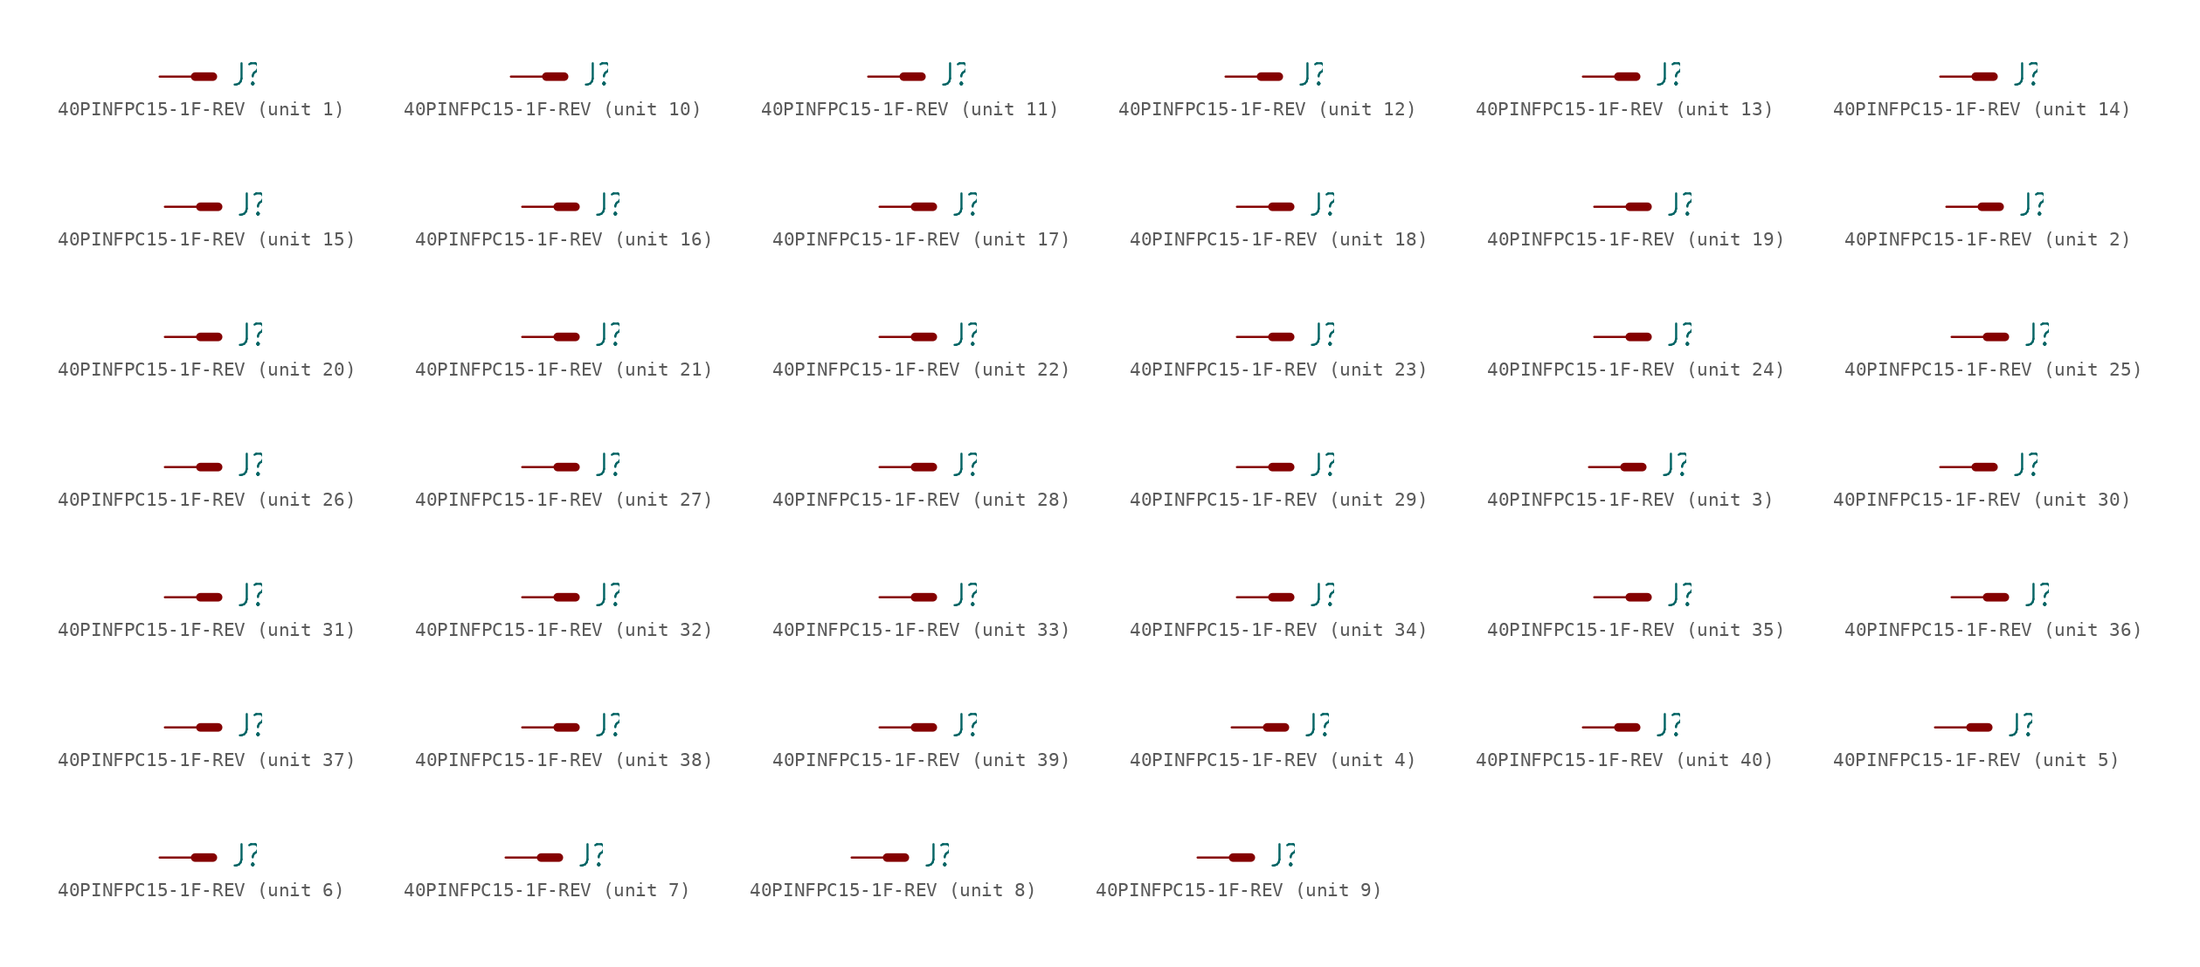
<source format=kicad_sym>
(kicad_symbol_lib
  (version 20220914)
  (generator kicad_symbol_editor)
  (symbol "40PINFPC15-1F-REV"
    (property "Reference" "J"
      (at 2.54 -0.762 0)
      (effects (font (size 1.524 1.295)) (justify left bottom)))
    (property "ki_locked" ""
      (at 0 0 0)
      (effects (font (size 1.27 1.27))))
    (symbol "40PINFPC15-1F-REV_1_0"
      (polyline (pts (xy 0 0) (xy 1.27 0)) (stroke (width 0.61) (type solid)) (fill (type none)))
      (pin passive line (at -2.54 0 0) (length 2.54) (name "MSV" (effects (font (size 0 0)))) (number "1" (effects (font (size 0 0))))))
    (symbol "40PINFPC15-1F-REV_2_0"
      (polyline (pts (xy 0 0) (xy 1.27 0)) (stroke (width 0.61) (type solid)) (fill (type none)))
      (pin passive line (at -2.54 0 0) (length 2.54) (name "MS" (effects (font (size 0 0)))) (number "2" (effects (font (size 0 0))))))
    (symbol "40PINFPC15-1F-REV_3_0"
      (polyline (pts (xy 0 0) (xy 1.27 0)) (stroke (width 0.61) (type solid)) (fill (type none)))
      (pin passive line (at -2.54 0 0) (length 2.54) (name "MS" (effects (font (size 0 0)))) (number "3" (effects (font (size 0 0))))))
    (symbol "40PINFPC15-1F-REV_4_0"
      (polyline (pts (xy 0 0) (xy 1.27 0)) (stroke (width 0.61) (type solid)) (fill (type none)))
      (pin passive line (at -2.54 0 0) (length 2.54) (name "MS" (effects (font (size 0 0)))) (number "4" (effects (font (size 0 0))))))
    (symbol "40PINFPC15-1F-REV_5_0"
      (polyline (pts (xy 0 0) (xy 1.27 0)) (stroke (width 0.61) (type solid)) (fill (type none)))
      (pin passive line (at -2.54 0 0) (length 2.54) (name "MS" (effects (font (size 0 0)))) (number "5" (effects (font (size 0 0))))))
    (symbol "40PINFPC15-1F-REV_6_0"
      (polyline (pts (xy 0 0) (xy 1.27 0)) (stroke (width 0.61) (type solid)) (fill (type none)))
      (pin passive line (at -2.54 0 0) (length 2.54) (name "MS" (effects (font (size 0 0)))) (number "6" (effects (font (size 0 0))))))
    (symbol "40PINFPC15-1F-REV_7_0"
      (polyline (pts (xy 0 0) (xy 1.27 0)) (stroke (width 0.61) (type solid)) (fill (type none)))
      (pin passive line (at -2.54 0 0) (length 2.54) (name "MS" (effects (font (size 0 0)))) (number "7" (effects (font (size 0 0))))))
    (symbol "40PINFPC15-1F-REV_8_0"
      (polyline (pts (xy 0 0) (xy 1.27 0)) (stroke (width 0.61) (type solid)) (fill (type none)))
      (pin passive line (at -2.54 0 0) (length 2.54) (name "MS" (effects (font (size 0 0)))) (number "8" (effects (font (size 0 0))))))
    (symbol "40PINFPC15-1F-REV_9_0"
      (polyline (pts (xy 0 0) (xy 1.27 0)) (stroke (width 0.61) (type solid)) (fill (type none)))
      (pin passive line (at -2.54 0 0) (length 2.54) (name "MS" (effects (font (size 0 0)))) (number "9" (effects (font (size 0 0))))))
    (symbol "40PINFPC15-1F-REV_10_0"
      (polyline (pts (xy 0 0) (xy 1.27 0)) (stroke (width 0.61) (type solid)) (fill (type none)))
      (pin passive line (at -2.54 0 0) (length 2.54) (name "MS" (effects (font (size 0 0)))) (number "10" (effects (font (size 0 0))))))
    (symbol "40PINFPC15-1F-REV_11_0"
      (polyline (pts (xy 0 0) (xy 1.27 0)) (stroke (width 0.61) (type solid)) (fill (type none)))
      (pin passive line (at -2.54 0 0) (length 2.54) (name "MS" (effects (font (size 0 0)))) (number "11" (effects (font (size 0 0))))))
    (symbol "40PINFPC15-1F-REV_12_0"
      (polyline (pts (xy 0 0) (xy 1.27 0)) (stroke (width 0.61) (type solid)) (fill (type none)))
      (pin passive line (at -2.54 0 0) (length 2.54) (name "MS" (effects (font (size 0 0)))) (number "12" (effects (font (size 0 0))))))
    (symbol "40PINFPC15-1F-REV_13_0"
      (polyline (pts (xy 0 0) (xy 1.27 0)) (stroke (width 0.61) (type solid)) (fill (type none)))
      (pin passive line (at -2.54 0 0) (length 2.54) (name "MS" (effects (font (size 0 0)))) (number "13" (effects (font (size 0 0))))))
    (symbol "40PINFPC15-1F-REV_14_0"
      (polyline (pts (xy 0 0) (xy 1.27 0)) (stroke (width 0.61) (type solid)) (fill (type none)))
      (pin passive line (at -2.54 0 0) (length 2.54) (name "MS" (effects (font (size 0 0)))) (number "14" (effects (font (size 0 0))))))
    (symbol "40PINFPC15-1F-REV_15_0"
      (polyline (pts (xy 0 0) (xy 1.27 0)) (stroke (width 0.61) (type solid)) (fill (type none)))
      (pin passive line (at -2.54 0 0) (length 2.54) (name "MS" (effects (font (size 0 0)))) (number "15" (effects (font (size 0 0))))))
    (symbol "40PINFPC15-1F-REV_16_0"
      (polyline (pts (xy 0 0) (xy 1.27 0)) (stroke (width 0.61) (type solid)) (fill (type none)))
      (pin passive line (at -2.54 0 0) (length 2.54) (name "MS" (effects (font (size 0 0)))) (number "16" (effects (font (size 0 0))))))
    (symbol "40PINFPC15-1F-REV_17_0"
      (polyline (pts (xy 0 0) (xy 1.27 0)) (stroke (width 0.61) (type solid)) (fill (type none)))
      (pin passive line (at -2.54 0 0) (length 2.54) (name "MS" (effects (font (size 0 0)))) (number "17" (effects (font (size 0 0))))))
    (symbol "40PINFPC15-1F-REV_18_0"
      (polyline (pts (xy 0 0) (xy 1.27 0)) (stroke (width 0.61) (type solid)) (fill (type none)))
      (pin passive line (at -2.54 0 0) (length 2.54) (name "MS" (effects (font (size 0 0)))) (number "18" (effects (font (size 0 0))))))
    (symbol "40PINFPC15-1F-REV_19_0"
      (polyline (pts (xy 0 0) (xy 1.27 0)) (stroke (width 0.61) (type solid)) (fill (type none)))
      (pin passive line (at -2.54 0 0) (length 2.54) (name "MS" (effects (font (size 0 0)))) (number "19" (effects (font (size 0 0))))))
    (symbol "40PINFPC15-1F-REV_20_0"
      (polyline (pts (xy 0 0) (xy 1.27 0)) (stroke (width 0.61) (type solid)) (fill (type none)))
      (pin passive line (at -2.54 0 0) (length 2.54) (name "MS" (effects (font (size 0 0)))) (number "20" (effects (font (size 0 0))))))
    (symbol "40PINFPC15-1F-REV_21_0"
      (polyline (pts (xy 0 0) (xy 1.27 0)) (stroke (width 0.61) (type solid)) (fill (type none)))
      (pin passive line (at -2.54 0 0) (length 2.54) (name "MS" (effects (font (size 0 0)))) (number "21" (effects (font (size 0 0))))))
    (symbol "40PINFPC15-1F-REV_22_0"
      (polyline (pts (xy 0 0) (xy 1.27 0)) (stroke (width 0.61) (type solid)) (fill (type none)))
      (pin passive line (at -2.54 0 0) (length 2.54) (name "MS" (effects (font (size 0 0)))) (number "22" (effects (font (size 0 0))))))
    (symbol "40PINFPC15-1F-REV_23_0"
      (polyline (pts (xy 0 0) (xy 1.27 0)) (stroke (width 0.61) (type solid)) (fill (type none)))
      (pin passive line (at -2.54 0 0) (length 2.54) (name "MS" (effects (font (size 0 0)))) (number "23" (effects (font (size 0 0))))))
    (symbol "40PINFPC15-1F-REV_24_0"
      (polyline (pts (xy 0 0) (xy 1.27 0)) (stroke (width 0.61) (type solid)) (fill (type none)))
      (pin passive line (at -2.54 0 0) (length 2.54) (name "MS" (effects (font (size 0 0)))) (number "24" (effects (font (size 0 0))))))
    (symbol "40PINFPC15-1F-REV_25_0"
      (polyline (pts (xy 0 0) (xy 1.27 0)) (stroke (width 0.61) (type solid)) (fill (type none)))
      (pin passive line (at -2.54 0 0) (length 2.54) (name "MS" (effects (font (size 0 0)))) (number "25" (effects (font (size 0 0))))))
    (symbol "40PINFPC15-1F-REV_26_0"
      (polyline (pts (xy 0 0) (xy 1.27 0)) (stroke (width 0.61) (type solid)) (fill (type none)))
      (pin passive line (at -2.54 0 0) (length 2.54) (name "MS" (effects (font (size 0 0)))) (number "26" (effects (font (size 0 0))))))
    (symbol "40PINFPC15-1F-REV_27_0"
      (polyline (pts (xy 0 0) (xy 1.27 0)) (stroke (width 0.61) (type solid)) (fill (type none)))
      (pin passive line (at -2.54 0 0) (length 2.54) (name "MS" (effects (font (size 0 0)))) (number "27" (effects (font (size 0 0))))))
    (symbol "40PINFPC15-1F-REV_28_0"
      (polyline (pts (xy 0 0) (xy 1.27 0)) (stroke (width 0.61) (type solid)) (fill (type none)))
      (pin passive line (at -2.54 0 0) (length 2.54) (name "MS" (effects (font (size 0 0)))) (number "28" (effects (font (size 0 0))))))
    (symbol "40PINFPC15-1F-REV_29_0"
      (polyline (pts (xy 0 0) (xy 1.27 0)) (stroke (width 0.61) (type solid)) (fill (type none)))
      (pin passive line (at -2.54 0 0) (length 2.54) (name "MS" (effects (font (size 0 0)))) (number "29" (effects (font (size 0 0))))))
    (symbol "40PINFPC15-1F-REV_30_0"
      (polyline (pts (xy 0 0) (xy 1.27 0)) (stroke (width 0.61) (type solid)) (fill (type none)))
      (pin passive line (at -2.54 0 0) (length 2.54) (name "MS" (effects (font (size 0 0)))) (number "30" (effects (font (size 0 0))))))
    (symbol "40PINFPC15-1F-REV_31_0"
      (polyline (pts (xy 0 0) (xy 1.27 0)) (stroke (width 0.61) (type solid)) (fill (type none)))
      (pin passive line (at -2.54 0 0) (length 2.54) (name "MS" (effects (font (size 0 0)))) (number "31" (effects (font (size 0 0))))))
    (symbol "40PINFPC15-1F-REV_32_0"
      (polyline (pts (xy 0 0) (xy 1.27 0)) (stroke (width 0.61) (type solid)) (fill (type none)))
      (pin passive line (at -2.54 0 0) (length 2.54) (name "MS" (effects (font (size 0 0)))) (number "32" (effects (font (size 0 0))))))
    (symbol "40PINFPC15-1F-REV_33_0"
      (polyline (pts (xy 0 0) (xy 1.27 0)) (stroke (width 0.61) (type solid)) (fill (type none)))
      (pin passive line (at -2.54 0 0) (length 2.54) (name "MS" (effects (font (size 0 0)))) (number "33" (effects (font (size 0 0))))))
    (symbol "40PINFPC15-1F-REV_34_0"
      (polyline (pts (xy 0 0) (xy 1.27 0)) (stroke (width 0.61) (type solid)) (fill (type none)))
      (pin passive line (at -2.54 0 0) (length 2.54) (name "MS" (effects (font (size 0 0)))) (number "34" (effects (font (size 0 0))))))
    (symbol "40PINFPC15-1F-REV_35_0"
      (polyline (pts (xy 0 0) (xy 1.27 0)) (stroke (width 0.61) (type solid)) (fill (type none)))
      (pin passive line (at -2.54 0 0) (length 2.54) (name "MS" (effects (font (size 0 0)))) (number "35" (effects (font (size 0 0))))))
    (symbol "40PINFPC15-1F-REV_36_0"
      (polyline (pts (xy 0 0) (xy 1.27 0)) (stroke (width 0.61) (type solid)) (fill (type none)))
      (pin passive line (at -2.54 0 0) (length 2.54) (name "MS" (effects (font (size 0 0)))) (number "36" (effects (font (size 0 0))))))
    (symbol "40PINFPC15-1F-REV_37_0"
      (polyline (pts (xy 0 0) (xy 1.27 0)) (stroke (width 0.61) (type solid)) (fill (type none)))
      (pin passive line (at -2.54 0 0) (length 2.54) (name "MS" (effects (font (size 0 0)))) (number "37" (effects (font (size 0 0))))))
    (symbol "40PINFPC15-1F-REV_38_0"
      (polyline (pts (xy 0 0) (xy 1.27 0)) (stroke (width 0.61) (type solid)) (fill (type none)))
      (pin passive line (at -2.54 0 0) (length 2.54) (name "MS" (effects (font (size 0 0)))) (number "38" (effects (font (size 0 0))))))
    (symbol "40PINFPC15-1F-REV_39_0"
      (polyline (pts (xy 0 0) (xy 1.27 0)) (stroke (width 0.61) (type solid)) (fill (type none)))
      (pin passive line (at -2.54 0 0) (length 2.54) (name "MS" (effects (font (size 0 0)))) (number "39" (effects (font (size 0 0))))))
    (symbol "40PINFPC15-1F-REV_40_0"
      (polyline (pts (xy 0 0) (xy 1.27 0)) (stroke (width 0.61) (type solid)) (fill (type none)))
      (pin passive line (at -2.54 0 0) (length 2.54) (name "MS" (effects (font (size 0 0)))) (number "40" (effects (font (size 0 0))))))))
</source>
